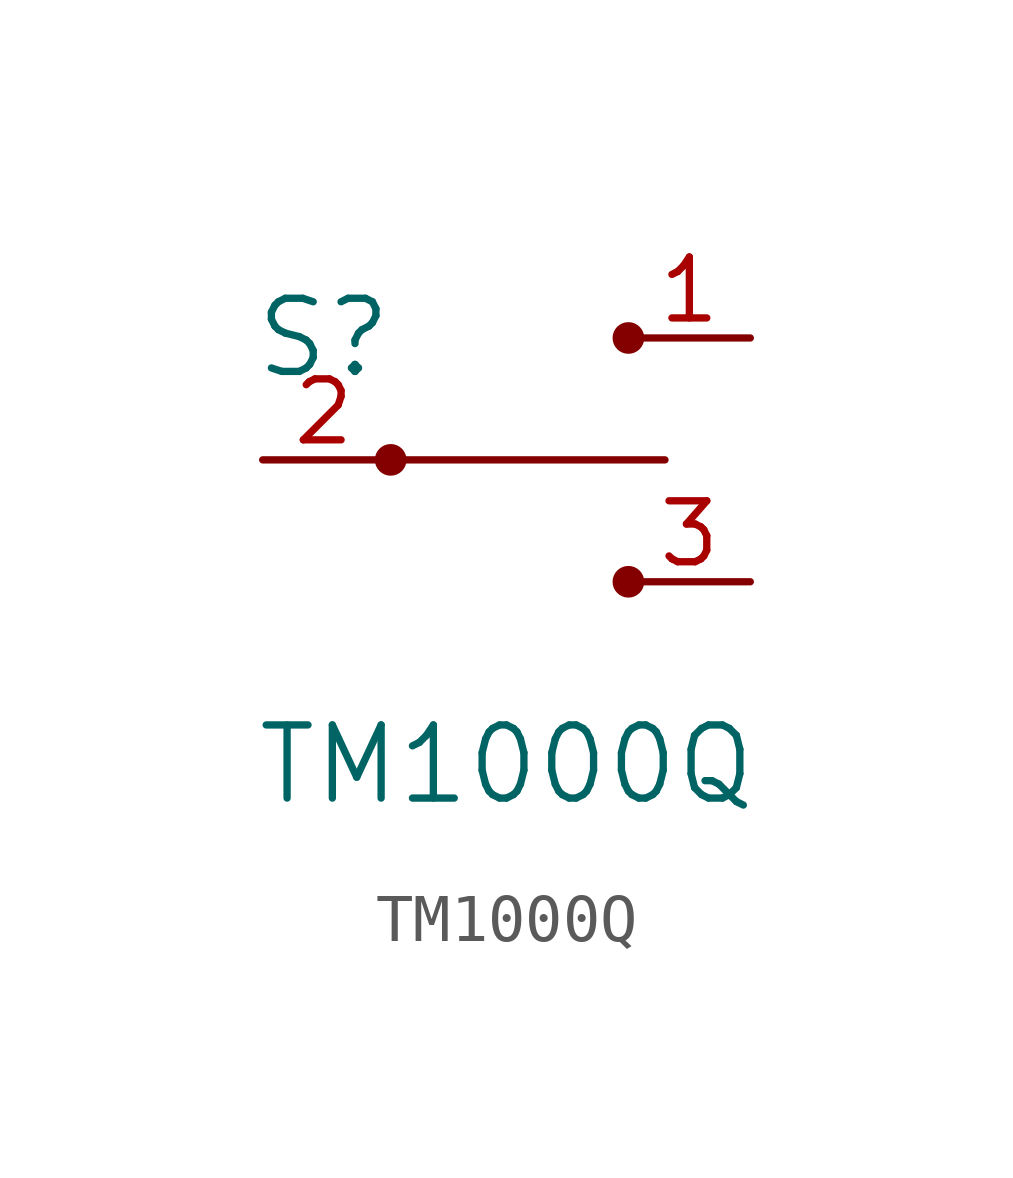
<source format=kicad_sym>
(kicad_symbol_lib
  (version 20220914)
  (generator kicad_symbol_editor)
  (symbol "TM1000Q"
    (pin_names
      (offset 0) hide)
    (property "Reference" "S"
      (at -3.81 2.54 0)
      (effects (font (size 1.524 1.524))))
    (property "Value" "TM1000Q"
      (at 0 -6.35 0)
      (effects (font (size 1.524 1.524))))
    (symbol "TM1000Q_0_1"
      (circle (center -2.413 0) (radius 0.254) (stroke (width 0) (type solid)) (fill (type outline)))
      (polyline (pts (xy -2.286 0) (xy 3.302 0)) (stroke (width 0) (type solid)) (fill (type none)))
      (circle (center 2.54 -2.54) (radius 0.254) (stroke (width 0) (type solid)) (fill (type outline)))
      (circle (center 2.54 2.54) (radius 0.254) (stroke (width 0) (type solid)) (fill (type outline))))
    (symbol "TM1000Q_1_1"
      (pin passive line (at 5.08 2.54 180) (length 2.54) (name "Out" (effects (font (size 1.27 1.27)))) (number "1" (effects (font (size 1.27 1.27)))))
      (pin passive line (at -5.08 0 0) (length 2.54) (name "In" (effects (font (size 1.27 1.27)))) (number "2" (effects (font (size 1.27 1.27)))))
      (pin passive line (at 5.08 -2.54 180) (length 2.54) (name "Out" (effects (font (size 1.27 1.27)))) (number "3" (effects (font (size 1.27 1.27))))))))
</source>
